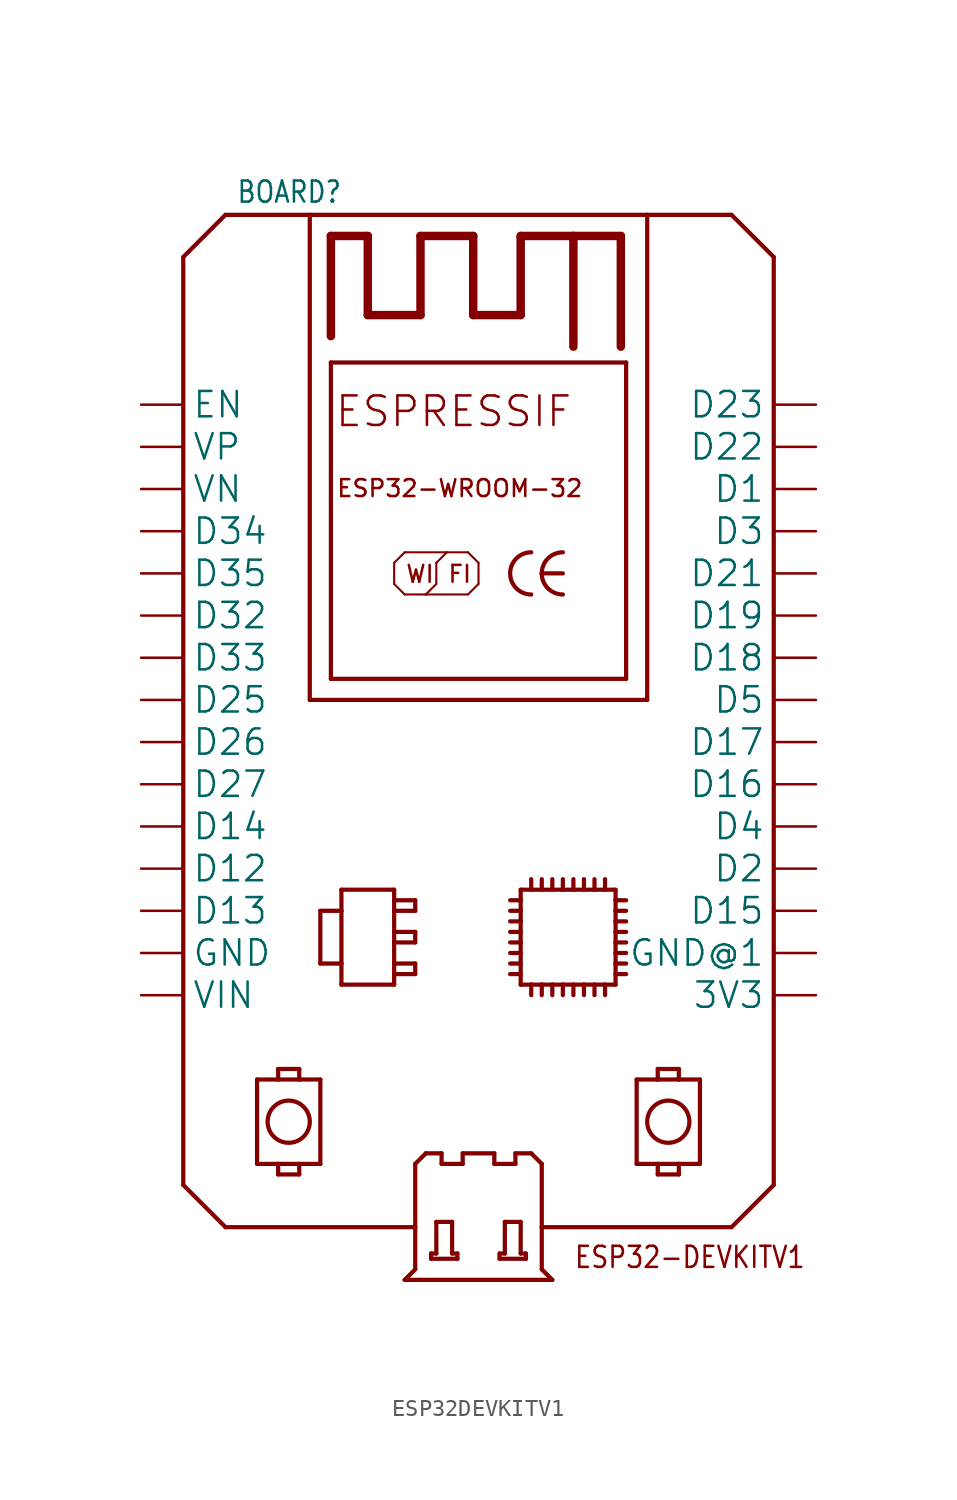
<source format=kicad_sym>
(kicad_symbol_lib
  (version 20241209)
  (generator "kicad_symbol_editor")
  (generator_version "9.0")
  (symbol "ESP32DEVKITV1"
    (property "Reference" "BOARD"
      (at 3.175 57.785 0)
      (effects (font (size 1.27 1.079)) (justify left bottom)))
    (property "ki_locked" ""
      (at 0 0 0)
      (effects (font (size 1.27 1.27))))
    (symbol "ESP32DEVKITV1_1_0"
      (polyline (pts (xy 0 54.61) (xy 2.54 57.15)) (stroke (width 0.254) (type solid)) (fill (type none)))
      (polyline (pts (xy 0 -1.27) (xy 0 54.61)) (stroke (width 0.254) (type solid)) (fill (type none)))
      (polyline (pts (xy 2.54 57.15) (xy 7.62 57.15)) (stroke (width 0.254) (type solid)) (fill (type none)))
      (polyline (pts (xy 2.54 -3.81) (xy 0 -1.27)) (stroke (width 0.254) (type solid)) (fill (type none)))
      (polyline (pts (xy 4.445 5.08) (xy 5.715 5.08)) (stroke (width 0.254) (type solid)) (fill (type none)))
      (polyline (pts (xy 4.445 0) (xy 4.445 5.08)) (stroke (width 0.254) (type solid)) (fill (type none)))
      (polyline (pts (xy 5.715 5.715) (xy 6.985 5.715)) (stroke (width 0.254) (type solid)) (fill (type none)))
      (polyline (pts (xy 5.715 5.08) (xy 5.715 5.715)) (stroke (width 0.254) (type solid)) (fill (type none)))
      (polyline (pts (xy 5.715 5.08) (xy 6.985 5.08)) (stroke (width 0.254) (type solid)) (fill (type none)))
      (polyline (pts (xy 5.715 0) (xy 4.445 0)) (stroke (width 0.254) (type solid)) (fill (type none)))
      (polyline (pts (xy 5.715 0) (xy 5.715 -0.635)) (stroke (width 0.254) (type solid)) (fill (type none)))
      (polyline (pts (xy 5.715 -0.635) (xy 6.985 -0.635)) (stroke (width 0.254) (type solid)) (fill (type none)))
      (circle (center 6.35 2.54) (radius 1.27) (stroke (width 0.254) (type solid)) (fill (type none)))
      (polyline (pts (xy 6.985 5.715) (xy 6.985 5.08)) (stroke (width 0.254) (type solid)) (fill (type none)))
      (polyline (pts (xy 6.985 5.08) (xy 8.255 5.08)) (stroke (width 0.254) (type solid)) (fill (type none)))
      (polyline (pts (xy 6.985 0) (xy 5.715 0)) (stroke (width 0.254) (type solid)) (fill (type none)))
      (polyline (pts (xy 6.985 -0.635) (xy 6.985 0)) (stroke (width 0.254) (type solid)) (fill (type none)))
      (polyline (pts (xy 7.62 57.15) (xy 27.94 57.15)) (stroke (width 0.254) (type solid)) (fill (type none)))
      (polyline (pts (xy 7.62 27.94) (xy 7.62 57.15)) (stroke (width 0.254) (type solid)) (fill (type none)))
      (polyline (pts (xy 7.62 27.94) (xy 27.94 27.94)) (stroke (width 0.254) (type solid)) (fill (type none)))
      (polyline (pts (xy 8.255 15.24) (xy 9.525 15.24)) (stroke (width 0.254) (type solid)) (fill (type none)))
      (polyline (pts (xy 8.255 12.065) (xy 8.255 15.24)) (stroke (width 0.254) (type solid)) (fill (type none)))
      (polyline (pts (xy 8.255 12.065) (xy 9.525 12.065)) (stroke (width 0.254) (type solid)) (fill (type none)))
      (polyline (pts (xy 8.255 5.08) (xy 8.255 0)) (stroke (width 0.254) (type solid)) (fill (type none)))
      (polyline (pts (xy 8.255 0) (xy 6.985 0)) (stroke (width 0.254) (type solid)) (fill (type none)))
      (polyline (pts (xy 8.89 55.88) (xy 11.113 55.88)) (stroke (width 0.508) (type solid)) (fill (type none)))
      (polyline (pts (xy 8.89 49.847) (xy 8.89 55.88)) (stroke (width 0.508) (type solid)) (fill (type none)))
      (polyline (pts (xy 8.89 48.26) (xy 8.89 29.21)) (stroke (width 0.254) (type solid)) (fill (type none)))
      (polyline (pts (xy 8.89 29.21) (xy 26.67 29.21)) (stroke (width 0.254) (type solid)) (fill (type none)))
      (polyline (pts (xy 9.525 16.51) (xy 9.525 15.24)) (stroke (width 0.254) (type solid)) (fill (type none)))
      (polyline (pts (xy 9.525 15.24) (xy 9.525 12.065)) (stroke (width 0.254) (type solid)) (fill (type none)))
      (polyline (pts (xy 9.525 12.065) (xy 9.525 10.795)) (stroke (width 0.254) (type solid)) (fill (type none)))
      (polyline (pts (xy 9.525 10.795) (xy 12.7 10.795)) (stroke (width 0.254) (type solid)) (fill (type none)))
      (polyline (pts (xy 11.113 55.88) (xy 11.113 51.117)) (stroke (width 0.508) (type solid)) (fill (type none)))
      (polyline (pts (xy 11.113 51.117) (xy 14.287 51.117)) (stroke (width 0.508) (type solid)) (fill (type none)))
      (polyline (pts (xy 12.7 36.195) (xy 13.335 36.83)) (stroke (width 0.127) (type solid)) (fill (type none)))
      (polyline (pts (xy 12.7 34.925) (xy 12.7 36.195)) (stroke (width 0.127) (type solid)) (fill (type none)))
      (polyline (pts (xy 12.7 16.51) (xy 9.525 16.51)) (stroke (width 0.254) (type solid)) (fill (type none)))
      (polyline (pts (xy 12.7 15.875) (xy 12.7 16.51)) (stroke (width 0.254) (type solid)) (fill (type none)))
      (polyline (pts (xy 12.7 15.24) (xy 12.7 15.875)) (stroke (width 0.254) (type solid)) (fill (type none)))
      (polyline (pts (xy 12.7 15.24) (xy 13.97 15.24)) (stroke (width 0.254) (type solid)) (fill (type none)))
      (polyline (pts (xy 12.7 13.97) (xy 12.7 15.24)) (stroke (width 0.254) (type solid)) (fill (type none)))
      (polyline (pts (xy 12.7 13.335) (xy 12.7 13.97)) (stroke (width 0.254) (type solid)) (fill (type none)))
      (polyline (pts (xy 12.7 13.335) (xy 13.97 13.335)) (stroke (width 0.254) (type solid)) (fill (type none)))
      (polyline (pts (xy 12.7 12.065) (xy 12.7 13.335)) (stroke (width 0.254) (type solid)) (fill (type none)))
      (polyline (pts (xy 12.7 11.43) (xy 12.7 12.065)) (stroke (width 0.254) (type solid)) (fill (type none)))
      (polyline (pts (xy 12.7 11.43) (xy 13.97 11.43)) (stroke (width 0.254) (type solid)) (fill (type none)))
      (polyline (pts (xy 12.7 10.795) (xy 12.7 11.43)) (stroke (width 0.254) (type solid)) (fill (type none)))
      (polyline (pts (xy 13.335 36.83) (xy 15.875 36.83)) (stroke (width 0.127) (type solid)) (fill (type none)))
      (polyline (pts (xy 13.335 34.29) (xy 12.7 34.925)) (stroke (width 0.127) (type solid)) (fill (type none)))
      (polyline (pts (xy 13.335 -6.985) (xy 22.225 -6.985)) (stroke (width 0.254) (type solid)) (fill (type none)))
      (polyline (pts (xy 13.97 15.875) (xy 12.7 15.875)) (stroke (width 0.254) (type solid)) (fill (type none)))
      (polyline (pts (xy 13.97 15.24) (xy 13.97 15.875)) (stroke (width 0.254) (type solid)) (fill (type none)))
      (polyline (pts (xy 13.97 13.97) (xy 12.7 13.97)) (stroke (width 0.254) (type solid)) (fill (type none)))
      (polyline (pts (xy 13.97 13.335) (xy 13.97 13.97)) (stroke (width 0.254) (type solid)) (fill (type none)))
      (polyline (pts (xy 13.97 12.065) (xy 12.7 12.065)) (stroke (width 0.254) (type solid)) (fill (type none)))
      (polyline (pts (xy 13.97 11.43) (xy 13.97 12.065)) (stroke (width 0.254) (type solid)) (fill (type none)))
      (polyline (pts (xy 13.97 0) (xy 14.605 0.635)) (stroke (width 0.254) (type solid)) (fill (type none)))
      (polyline (pts (xy 13.97 -3.81) (xy 2.54 -3.81)) (stroke (width 0.254) (type solid)) (fill (type none)))
      (polyline (pts (xy 13.97 -3.81) (xy 13.97 0)) (stroke (width 0.254) (type solid)) (fill (type none)))
      (polyline (pts (xy 13.97 -3.81) (xy 13.97 -6.35)) (stroke (width 0.254) (type solid)) (fill (type none)))
      (polyline (pts (xy 13.97 -6.35) (xy 13.335 -6.985)) (stroke (width 0.254) (type solid)) (fill (type none)))
      (polyline (pts (xy 14.287 55.88) (xy 17.462 55.88)) (stroke (width 0.508) (type solid)) (fill (type none)))
      (polyline (pts (xy 14.287 51.117) (xy 14.287 55.88)) (stroke (width 0.508) (type solid)) (fill (type none)))
      (polyline (pts (xy 14.605 34.29) (xy 13.335 34.29)) (stroke (width 0.127) (type solid)) (fill (type none)))
      (polyline (pts (xy 14.605 0.635) (xy 15.557 0.635)) (stroke (width 0.254) (type solid)) (fill (type none)))
      (polyline (pts (xy 14.922 -5.397) (xy 15.24 -5.397)) (stroke (width 0.254) (type solid)) (fill (type none)))
      (polyline (pts (xy 14.922 -5.715) (xy 14.922 -5.397)) (stroke (width 0.254) (type solid)) (fill (type none)))
      (polyline (pts (xy 15.24 36.195) (xy 15.24 34.925)) (stroke (width 0.127) (type solid)) (fill (type none)))
      (polyline (pts (xy 15.24 34.925) (xy 14.605 34.29)) (stroke (width 0.127) (type solid)) (fill (type none)))
      (polyline (pts (xy 15.24 -3.493) (xy 16.192 -3.493)) (stroke (width 0.254) (type solid)) (fill (type none)))
      (polyline (pts (xy 15.24 -5.397) (xy 15.24 -3.493)) (stroke (width 0.254) (type solid)) (fill (type none)))
      (polyline (pts (xy 15.557 0.635) (xy 15.557 0)) (stroke (width 0.254) (type solid)) (fill (type none)))
      (polyline (pts (xy 15.557 0) (xy 16.828 0)) (stroke (width 0.254) (type solid)) (fill (type none)))
      (polyline (pts (xy 15.875 36.83) (xy 15.24 36.195)) (stroke (width 0.127) (type solid)) (fill (type none)))
      (polyline (pts (xy 15.875 36.83) (xy 17.145 36.83)) (stroke (width 0.127) (type solid)) (fill (type none)))
      (polyline (pts (xy 16.192 -3.493) (xy 16.192 -5.397)) (stroke (width 0.254) (type solid)) (fill (type none)))
      (polyline (pts (xy 16.51 -5.397) (xy 16.192 -5.397)) (stroke (width 0.254) (type solid)) (fill (type none)))
      (polyline (pts (xy 16.51 -5.715) (xy 14.922 -5.715)) (stroke (width 0.254) (type solid)) (fill (type none)))
      (polyline (pts (xy 16.51 -5.715) (xy 16.51 -5.397)) (stroke (width 0.254) (type solid)) (fill (type none)))
      (polyline (pts (xy 16.828 0.635) (xy 18.733 0.635)) (stroke (width 0.254) (type solid)) (fill (type none)))
      (polyline (pts (xy 16.828 0) (xy 16.828 0.635)) (stroke (width 0.254) (type solid)) (fill (type none)))
      (polyline (pts (xy 17.145 36.83) (xy 17.78 36.195)) (stroke (width 0.127) (type solid)) (fill (type none)))
      (polyline (pts (xy 17.145 34.29) (xy 14.605 34.29)) (stroke (width 0.127) (type solid)) (fill (type none)))
      (polyline (pts (xy 17.462 55.88) (xy 17.462 51.117)) (stroke (width 0.508) (type solid)) (fill (type none)))
      (polyline (pts (xy 17.462 51.117) (xy 20.32 51.117)) (stroke (width 0.508) (type solid)) (fill (type none)))
      (polyline (pts (xy 17.78 36.195) (xy 17.78 34.925)) (stroke (width 0.127) (type solid)) (fill (type none)))
      (polyline (pts (xy 17.78 34.925) (xy 17.145 34.29)) (stroke (width 0.127) (type solid)) (fill (type none)))
      (polyline (pts (xy 18.733 0.635) (xy 18.733 0)) (stroke (width 0.254) (type solid)) (fill (type none)))
      (polyline (pts (xy 18.733 0) (xy 20.003 0)) (stroke (width 0.254) (type solid)) (fill (type none)))
      (polyline (pts (xy 19.05 -5.397) (xy 19.367 -5.397)) (stroke (width 0.254) (type solid)) (fill (type none)))
      (polyline (pts (xy 19.05 -5.715) (xy 19.05 -5.397)) (stroke (width 0.254) (type solid)) (fill (type none)))
      (polyline (pts (xy 19.367 -3.493) (xy 20.32 -3.493)) (stroke (width 0.254) (type solid)) (fill (type none)))
      (polyline (pts (xy 19.367 -5.397) (xy 19.367 -3.493)) (stroke (width 0.254) (type solid)) (fill (type none)))
      (polyline (pts (xy 20.003 0.635) (xy 20.955 0.635)) (stroke (width 0.254) (type solid)) (fill (type none)))
      (polyline (pts (xy 20.003 0) (xy 20.003 0.635)) (stroke (width 0.254) (type solid)) (fill (type none)))
      (polyline (pts (xy 20.32 55.88) (xy 23.495 55.88)) (stroke (width 0.508) (type solid)) (fill (type none)))
      (polyline (pts (xy 20.32 51.117) (xy 20.32 55.88)) (stroke (width 0.508) (type solid)) (fill (type none)))
      (polyline (pts (xy 20.32 16.51) (xy 20.955 16.51)) (stroke (width 0.254) (type solid)) (fill (type none)))
      (polyline (pts (xy 20.32 15.875) (xy 19.685 15.875)) (stroke (width 0.254) (type solid)) (fill (type none)))
      (polyline (pts (xy 20.32 15.875) (xy 20.32 16.51)) (stroke (width 0.254) (type solid)) (fill (type none)))
      (polyline (pts (xy 20.32 15.24) (xy 19.685 15.24)) (stroke (width 0.254) (type solid)) (fill (type none)))
      (polyline (pts (xy 20.32 15.24) (xy 20.32 15.875)) (stroke (width 0.254) (type solid)) (fill (type none)))
      (polyline (pts (xy 20.32 14.605) (xy 19.685 14.605)) (stroke (width 0.254) (type solid)) (fill (type none)))
      (polyline (pts (xy 20.32 14.605) (xy 20.32 15.24)) (stroke (width 0.254) (type solid)) (fill (type none)))
      (polyline (pts (xy 20.32 13.97) (xy 19.685 13.97)) (stroke (width 0.254) (type solid)) (fill (type none)))
      (polyline (pts (xy 20.32 13.97) (xy 20.32 14.605)) (stroke (width 0.254) (type solid)) (fill (type none)))
      (polyline (pts (xy 20.32 13.335) (xy 19.685 13.335)) (stroke (width 0.254) (type solid)) (fill (type none)))
      (polyline (pts (xy 20.32 13.335) (xy 20.32 13.97)) (stroke (width 0.254) (type solid)) (fill (type none)))
      (polyline (pts (xy 20.32 12.7) (xy 19.685 12.7)) (stroke (width 0.254) (type solid)) (fill (type none)))
      (polyline (pts (xy 20.32 12.7) (xy 20.32 13.335)) (stroke (width 0.254) (type solid)) (fill (type none)))
      (polyline (pts (xy 20.32 12.065) (xy 19.685 12.065)) (stroke (width 0.254) (type solid)) (fill (type none)))
      (polyline (pts (xy 20.32 12.065) (xy 20.32 12.7)) (stroke (width 0.254) (type solid)) (fill (type none)))
      (polyline (pts (xy 20.32 11.43) (xy 19.685 11.43)) (stroke (width 0.254) (type solid)) (fill (type none)))
      (polyline (pts (xy 20.32 11.43) (xy 20.32 12.065)) (stroke (width 0.254) (type solid)) (fill (type none)))
      (polyline (pts (xy 20.32 10.795) (xy 20.32 11.43)) (stroke (width 0.254) (type solid)) (fill (type none)))
      (polyline (pts (xy 20.32 -3.493) (xy 20.32 -5.397)) (stroke (width 0.254) (type solid)) (fill (type none)))
      (polyline (pts (xy 20.637 -5.397) (xy 20.32 -5.397)) (stroke (width 0.254) (type solid)) (fill (type none)))
      (polyline (pts (xy 20.637 -5.715) (xy 19.05 -5.715)) (stroke (width 0.254) (type solid)) (fill (type none)))
      (polyline (pts (xy 20.637 -5.715) (xy 20.637 -5.397)) (stroke (width 0.254) (type solid)) (fill (type none)))
      (arc (start 20.955 34.29) (mid 19.685 35.56) (end 20.955 36.83) (stroke (width 0.254) (type solid)) (fill (type none)))
      (polyline (pts (xy 20.955 16.51) (xy 20.955 17.145)) (stroke (width 0.254) (type solid)) (fill (type none)))
      (polyline (pts (xy 20.955 16.51) (xy 21.59 16.51)) (stroke (width 0.254) (type solid)) (fill (type none)))
      (polyline (pts (xy 20.955 10.795) (xy 20.32 10.795)) (stroke (width 0.254) (type solid)) (fill (type none)))
      (polyline (pts (xy 20.955 10.795) (xy 20.955 10.16)) (stroke (width 0.254) (type solid)) (fill (type none)))
      (polyline (pts (xy 20.955 0.635) (xy 21.59 0)) (stroke (width 0.254) (type solid)) (fill (type none)))
      (polyline (pts (xy 21.59 35.56) (xy 22.86 35.56)) (stroke (width 0.254) (type solid)) (fill (type none)))
      (polyline (pts (xy 21.59 16.51) (xy 21.59 17.145)) (stroke (width 0.254) (type solid)) (fill (type none)))
      (polyline (pts (xy 21.59 16.51) (xy 22.225 16.51)) (stroke (width 0.254) (type solid)) (fill (type none)))
      (polyline (pts (xy 21.59 10.795) (xy 20.955 10.795)) (stroke (width 0.254) (type solid)) (fill (type none)))
      (polyline (pts (xy 21.59 10.795) (xy 21.59 10.16)) (stroke (width 0.254) (type solid)) (fill (type none)))
      (polyline (pts (xy 21.59 0) (xy 21.59 -3.81)) (stroke (width 0.254) (type solid)) (fill (type none)))
      (polyline (pts (xy 21.59 -3.81) (xy 21.59 -6.35)) (stroke (width 0.254) (type solid)) (fill (type none)))
      (polyline (pts (xy 21.59 -6.35) (xy 22.225 -6.985)) (stroke (width 0.254) (type solid)) (fill (type none)))
      (polyline (pts (xy 22.225 16.51) (xy 22.225 17.145)) (stroke (width 0.254) (type solid)) (fill (type none)))
      (polyline (pts (xy 22.225 16.51) (xy 22.86 16.51)) (stroke (width 0.254) (type solid)) (fill (type none)))
      (polyline (pts (xy 22.225 10.795) (xy 21.59 10.795)) (stroke (width 0.254) (type solid)) (fill (type none)))
      (polyline (pts (xy 22.225 10.795) (xy 22.225 10.16)) (stroke (width 0.254) (type solid)) (fill (type none)))
      (arc (start 21.59 35.56) (mid 21.962 36.458) (end 22.86 36.83) (stroke (width 0.254) (type solid)) (fill (type none)))
      (arc (start 22.86 34.29) (mid 21.962 34.662) (end 21.59 35.56) (stroke (width 0.254) (type solid)) (fill (type none)))
      (polyline (pts (xy 22.86 16.51) (xy 22.86 17.145)) (stroke (width 0.254) (type solid)) (fill (type none)))
      (polyline (pts (xy 22.86 16.51) (xy 23.495 16.51)) (stroke (width 0.254) (type solid)) (fill (type none)))
      (polyline (pts (xy 22.86 10.795) (xy 22.225 10.795)) (stroke (width 0.254) (type solid)) (fill (type none)))
      (polyline (pts (xy 22.86 10.795) (xy 22.86 10.16)) (stroke (width 0.254) (type solid)) (fill (type none)))
      (polyline (pts (xy 23.495 55.88) (xy 23.495 49.212)) (stroke (width 0.508) (type solid)) (fill (type none)))
      (polyline (pts (xy 23.495 55.88) (xy 26.352 55.88)) (stroke (width 0.508) (type solid)) (fill (type none)))
      (polyline (pts (xy 23.495 16.51) (xy 23.495 17.145)) (stroke (width 0.254) (type solid)) (fill (type none)))
      (polyline (pts (xy 23.495 16.51) (xy 24.13 16.51)) (stroke (width 0.254) (type solid)) (fill (type none)))
      (polyline (pts (xy 23.495 10.795) (xy 22.86 10.795)) (stroke (width 0.254) (type solid)) (fill (type none)))
      (polyline (pts (xy 23.495 10.795) (xy 23.495 10.16)) (stroke (width 0.254) (type solid)) (fill (type none)))
      (polyline (pts (xy 24.13 16.51) (xy 24.13 17.145)) (stroke (width 0.254) (type solid)) (fill (type none)))
      (polyline (pts (xy 24.13 16.51) (xy 24.765 16.51)) (stroke (width 0.254) (type solid)) (fill (type none)))
      (polyline (pts (xy 24.13 10.795) (xy 23.495 10.795)) (stroke (width 0.254) (type solid)) (fill (type none)))
      (polyline (pts (xy 24.13 10.795) (xy 24.13 10.16)) (stroke (width 0.254) (type solid)) (fill (type none)))
      (polyline (pts (xy 24.765 16.51) (xy 24.765 17.145)) (stroke (width 0.254) (type solid)) (fill (type none)))
      (polyline (pts (xy 24.765 16.51) (xy 25.4 16.51)) (stroke (width 0.254) (type solid)) (fill (type none)))
      (polyline (pts (xy 24.765 10.795) (xy 24.13 10.795)) (stroke (width 0.254) (type solid)) (fill (type none)))
      (polyline (pts (xy 24.765 10.795) (xy 24.765 10.16)) (stroke (width 0.254) (type solid)) (fill (type none)))
      (polyline (pts (xy 25.4 16.51) (xy 25.4 17.145)) (stroke (width 0.254) (type solid)) (fill (type none)))
      (polyline (pts (xy 25.4 16.51) (xy 26.035 16.51)) (stroke (width 0.254) (type solid)) (fill (type none)))
      (polyline (pts (xy 25.4 10.795) (xy 24.765 10.795)) (stroke (width 0.254) (type solid)) (fill (type none)))
      (polyline (pts (xy 25.4 10.795) (xy 25.4 10.16)) (stroke (width 0.254) (type solid)) (fill (type none)))
      (polyline (pts (xy 26.035 16.51) (xy 26.035 15.875)) (stroke (width 0.254) (type solid)) (fill (type none)))
      (polyline (pts (xy 26.035 15.875) (xy 26.035 15.24)) (stroke (width 0.254) (type solid)) (fill (type none)))
      (polyline (pts (xy 26.035 15.875) (xy 26.67 15.875)) (stroke (width 0.254) (type solid)) (fill (type none)))
      (polyline (pts (xy 26.035 15.24) (xy 26.035 14.605)) (stroke (width 0.254) (type solid)) (fill (type none)))
      (polyline (pts (xy 26.035 15.24) (xy 26.67 15.24)) (stroke (width 0.254) (type solid)) (fill (type none)))
      (polyline (pts (xy 26.035 14.605) (xy 26.035 13.97)) (stroke (width 0.254) (type solid)) (fill (type none)))
      (polyline (pts (xy 26.035 14.605) (xy 26.67 14.605)) (stroke (width 0.254) (type solid)) (fill (type none)))
      (polyline (pts (xy 26.035 13.97) (xy 26.035 13.335)) (stroke (width 0.254) (type solid)) (fill (type none)))
      (polyline (pts (xy 26.035 13.97) (xy 26.67 13.97)) (stroke (width 0.254) (type solid)) (fill (type none)))
      (polyline (pts (xy 26.035 13.335) (xy 26.035 12.7)) (stroke (width 0.254) (type solid)) (fill (type none)))
      (polyline (pts (xy 26.035 13.335) (xy 26.67 13.335)) (stroke (width 0.254) (type solid)) (fill (type none)))
      (polyline (pts (xy 26.035 12.7) (xy 26.035 12.065)) (stroke (width 0.254) (type solid)) (fill (type none)))
      (polyline (pts (xy 26.035 12.7) (xy 26.67 12.7)) (stroke (width 0.254) (type solid)) (fill (type none)))
      (polyline (pts (xy 26.035 12.065) (xy 26.035 11.43)) (stroke (width 0.254) (type solid)) (fill (type none)))
      (polyline (pts (xy 26.035 12.065) (xy 26.67 12.065)) (stroke (width 0.254) (type solid)) (fill (type none)))
      (polyline (pts (xy 26.035 11.43) (xy 26.035 10.795)) (stroke (width 0.254) (type solid)) (fill (type none)))
      (polyline (pts (xy 26.035 11.43) (xy 26.67 11.43)) (stroke (width 0.254) (type solid)) (fill (type none)))
      (polyline (pts (xy 26.035 10.795) (xy 25.4 10.795)) (stroke (width 0.254) (type solid)) (fill (type none)))
      (polyline (pts (xy 26.352 55.88) (xy 26.352 49.212)) (stroke (width 0.508) (type solid)) (fill (type none)))
      (polyline (pts (xy 26.67 48.26) (xy 8.89 48.26)) (stroke (width 0.254) (type solid)) (fill (type none)))
      (polyline (pts (xy 26.67 29.21) (xy 26.67 48.26)) (stroke (width 0.254) (type solid)) (fill (type none)))
      (polyline (pts (xy 27.305 5.08) (xy 28.575 5.08)) (stroke (width 0.254) (type solid)) (fill (type none)))
      (polyline (pts (xy 27.305 0) (xy 27.305 5.08)) (stroke (width 0.254) (type solid)) (fill (type none)))
      (polyline (pts (xy 27.94 57.15) (xy 33.02 57.15)) (stroke (width 0.254) (type solid)) (fill (type none)))
      (polyline (pts (xy 27.94 27.94) (xy 27.94 57.15)) (stroke (width 0.254) (type solid)) (fill (type none)))
      (polyline (pts (xy 28.575 5.715) (xy 29.845 5.715)) (stroke (width 0.254) (type solid)) (fill (type none)))
      (polyline (pts (xy 28.575 5.08) (xy 28.575 5.715)) (stroke (width 0.254) (type solid)) (fill (type none)))
      (polyline (pts (xy 28.575 5.08) (xy 29.845 5.08)) (stroke (width 0.254) (type solid)) (fill (type none)))
      (polyline (pts (xy 28.575 0) (xy 27.305 0)) (stroke (width 0.254) (type solid)) (fill (type none)))
      (polyline (pts (xy 28.575 0) (xy 28.575 -0.635)) (stroke (width 0.254) (type solid)) (fill (type none)))
      (polyline (pts (xy 28.575 -0.635) (xy 29.845 -0.635)) (stroke (width 0.254) (type solid)) (fill (type none)))
      (circle (center 29.21 2.54) (radius 1.27) (stroke (width 0.254) (type solid)) (fill (type none)))
      (polyline (pts (xy 29.845 5.715) (xy 29.845 5.08)) (stroke (width 0.254) (type solid)) (fill (type none)))
      (polyline (pts (xy 29.845 5.08) (xy 31.115 5.08)) (stroke (width 0.254) (type solid)) (fill (type none)))
      (polyline (pts (xy 29.845 0) (xy 28.575 0)) (stroke (width 0.254) (type solid)) (fill (type none)))
      (polyline (pts (xy 29.845 -0.635) (xy 29.845 0)) (stroke (width 0.254) (type solid)) (fill (type none)))
      (polyline (pts (xy 31.115 5.08) (xy 31.115 0)) (stroke (width 0.254) (type solid)) (fill (type none)))
      (polyline (pts (xy 31.115 0) (xy 29.845 0)) (stroke (width 0.254) (type solid)) (fill (type none)))
      (polyline (pts (xy 33.02 57.15) (xy 35.56 54.61)) (stroke (width 0.254) (type solid)) (fill (type none)))
      (polyline (pts (xy 33.02 -3.81) (xy 21.59 -3.81)) (stroke (width 0.254) (type solid)) (fill (type none)))
      (polyline (pts (xy 35.56 54.61) (xy 35.56 -1.27)) (stroke (width 0.254) (type solid)) (fill (type none)))
      (polyline (pts (xy 35.56 -1.27) (xy 33.02 -3.81)) (stroke (width 0.254) (type solid)) (fill (type none)))
      (text "WI" (at 13.335 34.925 0) (effects (font (size 1.016 1.016)) (justify left bottom)))
      (text "FI" (at 15.875 34.925 0) (effects (font (size 1.016 1.016)) (justify left bottom)))
      (text "ESPRESSIF" (at 23.495 46.355 0) (effects (font (size 1.778 1.778)) (justify right top)))
      (text "ESP32-DEVKITV1" (at 23.495 -6.365 0) (effects (font (size 1.27 1.079)) (justify left bottom)))
      (text "ESP32-WROOM-32" (at 24.13 41.275 0) (effects (font (size 1.016 1.016)) (justify right top)))
      (pin bidirectional line (at -2.54 45.72 0) (length 2.54) (name "EN" (effects (font (size 1.524 1.524)))) (number "EN" (effects (font (size 0 0)))))
      (pin bidirectional line (at -2.54 43.18 0) (length 2.54) (name "VP" (effects (font (size 1.524 1.524)))) (number "VP" (effects (font (size 0 0)))))
      (pin bidirectional line (at -2.54 40.64 0) (length 2.54) (name "VN" (effects (font (size 1.524 1.524)))) (number "VN" (effects (font (size 0 0)))))
      (pin bidirectional line (at -2.54 38.1 0) (length 2.54) (name "D34" (effects (font (size 1.524 1.524)))) (number "D34" (effects (font (size 0 0)))))
      (pin bidirectional line (at -2.54 35.56 0) (length 2.54) (name "D35" (effects (font (size 1.524 1.524)))) (number "D35" (effects (font (size 0 0)))))
      (pin bidirectional line (at -2.54 33.02 0) (length 2.54) (name "D32" (effects (font (size 1.524 1.524)))) (number "D32" (effects (font (size 0 0)))))
      (pin bidirectional line (at -2.54 30.48 0) (length 2.54) (name "D33" (effects (font (size 1.524 1.524)))) (number "D33" (effects (font (size 0 0)))))
      (pin bidirectional line (at -2.54 27.94 0) (length 2.54) (name "D25" (effects (font (size 1.524 1.524)))) (number "D25" (effects (font (size 0 0)))))
      (pin bidirectional line (at -2.54 25.4 0) (length 2.54) (name "D26" (effects (font (size 1.524 1.524)))) (number "D26" (effects (font (size 0 0)))))
      (pin bidirectional line (at -2.54 22.86 0) (length 2.54) (name "D27" (effects (font (size 1.524 1.524)))) (number "D27" (effects (font (size 0 0)))))
      (pin bidirectional line (at -2.54 20.32 0) (length 2.54) (name "D14" (effects (font (size 1.524 1.524)))) (number "D14" (effects (font (size 0 0)))))
      (pin bidirectional line (at -2.54 17.78 0) (length 2.54) (name "D12" (effects (font (size 1.524 1.524)))) (number "D12" (effects (font (size 0 0)))))
      (pin bidirectional line (at -2.54 15.24 0) (length 2.54) (name "D13" (effects (font (size 1.524 1.524)))) (number "D13" (effects (font (size 0 0)))))
      (pin bidirectional line (at -2.54 12.7 0) (length 2.54) (name "GND" (effects (font (size 1.524 1.524)))) (number "GND" (effects (font (size 0 0)))))
      (pin bidirectional line (at -2.54 10.16 0) (length 2.54) (name "VIN" (effects (font (size 1.524 1.524)))) (number "VIN" (effects (font (size 0 0)))))
      (pin bidirectional line (at 38.1 45.72 180) (length 2.54) (name "D23" (effects (font (size 1.524 1.524)))) (number "D23" (effects (font (size 0 0)))))
      (pin bidirectional line (at 38.1 43.18 180) (length 2.54) (name "D22" (effects (font (size 1.524 1.524)))) (number "D22" (effects (font (size 0 0)))))
      (pin bidirectional line (at 38.1 40.64 180) (length 2.54) (name "D1" (effects (font (size 1.524 1.524)))) (number "D1" (effects (font (size 0 0)))))
      (pin bidirectional line (at 38.1 38.1 180) (length 2.54) (name "D3" (effects (font (size 1.524 1.524)))) (number "D3" (effects (font (size 0 0)))))
      (pin bidirectional line (at 38.1 35.56 180) (length 2.54) (name "D21" (effects (font (size 1.524 1.524)))) (number "D21" (effects (font (size 0 0)))))
      (pin bidirectional line (at 38.1 33.02 180) (length 2.54) (name "D19" (effects (font (size 1.524 1.524)))) (number "D19" (effects (font (size 0 0)))))
      (pin bidirectional line (at 38.1 30.48 180) (length 2.54) (name "D18" (effects (font (size 1.524 1.524)))) (number "D18" (effects (font (size 0 0)))))
      (pin bidirectional line (at 38.1 27.94 180) (length 2.54) (name "D5" (effects (font (size 1.524 1.524)))) (number "D5" (effects (font (size 0 0)))))
      (pin bidirectional line (at 38.1 25.4 180) (length 2.54) (name "D17" (effects (font (size 1.524 1.524)))) (number "D17" (effects (font (size 0 0)))))
      (pin bidirectional line (at 38.1 22.86 180) (length 2.54) (name "D16" (effects (font (size 1.524 1.524)))) (number "D16" (effects (font (size 0 0)))))
      (pin bidirectional line (at 38.1 20.32 180) (length 2.54) (name "D4" (effects (font (size 1.524 1.524)))) (number "D4" (effects (font (size 0 0)))))
      (pin bidirectional line (at 38.1 17.78 180) (length 2.54) (name "D2" (effects (font (size 1.524 1.524)))) (number "D2" (effects (font (size 0 0)))))
      (pin bidirectional line (at 38.1 15.24 180) (length 2.54) (name "D15" (effects (font (size 1.524 1.524)))) (number "D15" (effects (font (size 0 0)))))
      (pin bidirectional line (at 38.1 12.7 180) (length 2.54) (name "GND@1" (effects (font (size 1.524 1.524)))) (number "GND@1" (effects (font (size 0 0)))))
      (pin bidirectional line (at 38.1 10.16 180) (length 2.54) (name "3V3" (effects (font (size 1.524 1.524)))) (number "3V3" (effects (font (size 0 0))))))))
</source>
